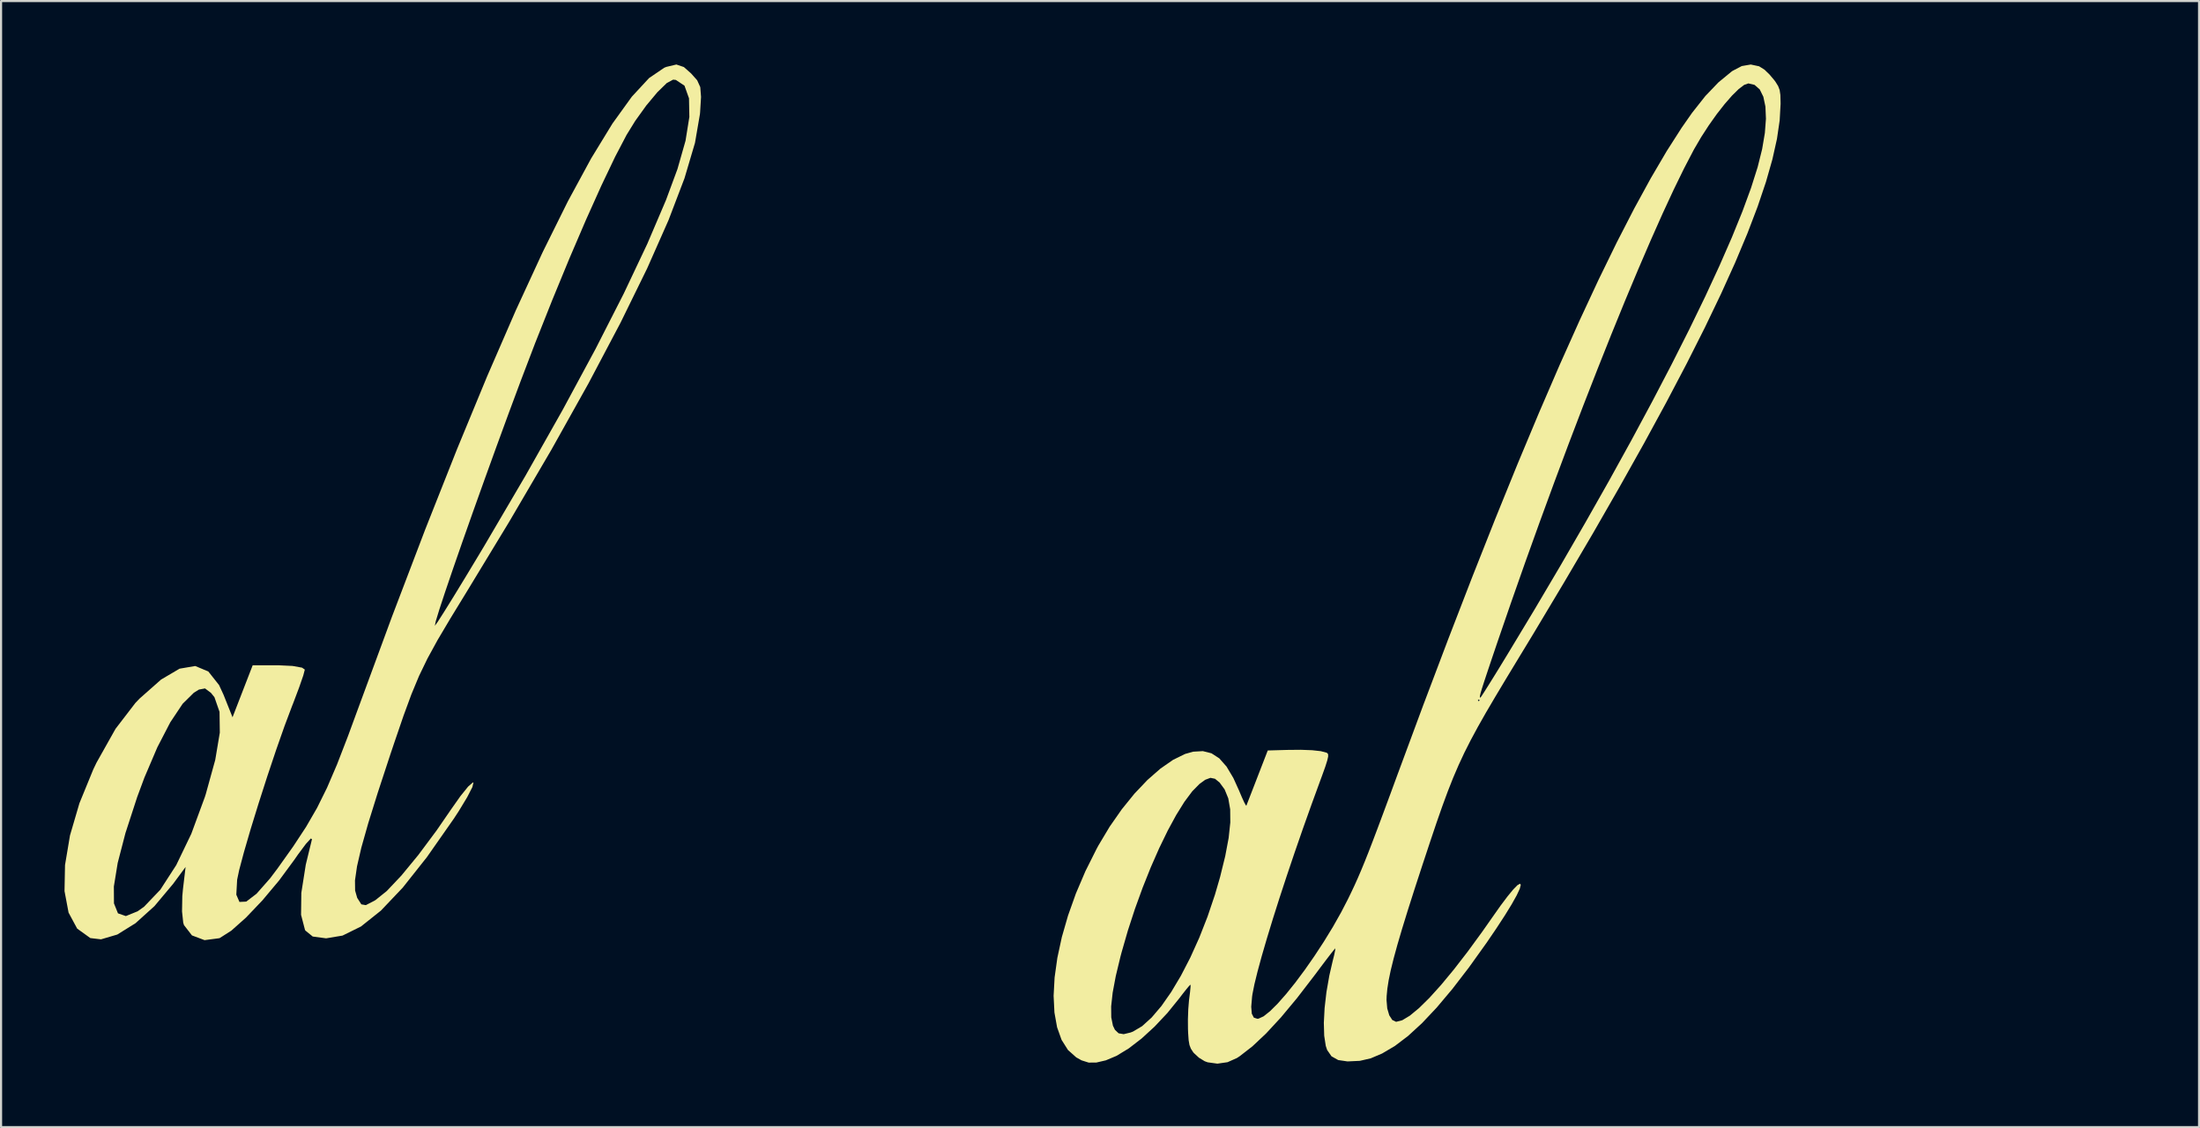
<source format=kicad_pcb>
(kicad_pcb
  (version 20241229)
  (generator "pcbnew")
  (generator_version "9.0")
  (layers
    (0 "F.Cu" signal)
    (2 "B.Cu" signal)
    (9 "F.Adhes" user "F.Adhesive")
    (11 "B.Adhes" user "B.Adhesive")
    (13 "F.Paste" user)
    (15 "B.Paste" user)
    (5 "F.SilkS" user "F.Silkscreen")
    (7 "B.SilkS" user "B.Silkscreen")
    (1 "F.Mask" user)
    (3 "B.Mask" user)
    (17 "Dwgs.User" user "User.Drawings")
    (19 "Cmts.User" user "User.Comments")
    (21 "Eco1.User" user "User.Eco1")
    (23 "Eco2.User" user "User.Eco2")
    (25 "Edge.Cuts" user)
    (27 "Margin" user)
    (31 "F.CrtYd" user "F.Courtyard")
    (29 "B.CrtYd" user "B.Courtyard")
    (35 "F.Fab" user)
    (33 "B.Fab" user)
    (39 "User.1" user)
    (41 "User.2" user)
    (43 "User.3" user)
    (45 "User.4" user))
  (footprint "al (3)"
    (layer "F.Cu")
    (at 14.897 20.699)
    (property "Reference" "al (3)" (at 25.146 -7.62 0) (layer "User.1") (effects (font (size 1.524 1.524) (thickness 0.3))))
    (attr board_only exclude_from_pos_files exclude_from_bom)
    (fp_poly (pts (xy 14.377 -20.58) (xy 14.722 -20.274) (xy 15.007 -19.953) (xy 15.153 -19.629) (xy 15.189 -19.168) (xy 15.145 -18.439) (xy 15.137 -18.354) (xy 14.903 -16.995) (xy 14.407 -15.321) (xy 13.652 -13.341) (xy 12.643 -11.062) (xy 11.382 -8.489) (xy 9.873 -5.631) (xy 8.12 -2.495) (xy 6.125 0.912) (xy 4.12 4.216) (xy 3.339 5.493) (xy 2.732 6.517) (xy 2.255 7.389) (xy 1.86 8.207) (xy 1.5 9.072) (xy 1.128 10.083) (xy 0.698 11.339) (xy 0.508 11.903) (xy -0.086 13.71) (xy -0.541 15.168) (xy -0.867 16.321) (xy -1.072 17.208) (xy -1.168 17.872) (xy -1.162 18.353) (xy -1.065 18.692) (xy -1.052 18.716) (xy -0.867 19.005) (xy -0.656 19.042) (xy -0.266 18.842) (xy -0.198 18.802) (xy 0.334 18.375) (xy 1.024 17.645) (xy 1.825 16.672) (xy 2.687 15.515) (xy 3.37 14.522) (xy 3.815 13.89) (xy 4.179 13.439) (xy 4.401 13.243) (xy 4.432 13.246) (xy 4.38 13.463) (xy 4.136 13.938) (xy 3.743 14.588) (xy 3.498 14.963) (xy 2.23 16.775) (xy 1.089 18.215) (xy 0.057 19.301) (xy -0.884 20.051) (xy -1.755 20.481) (xy -2.532 20.611) (xy -3.165 20.526) (xy -3.512 20.244) (xy -3.532 20.209) (xy -3.717 19.499) (xy -3.704 18.461) (xy -3.494 17.129) (xy -3.201 15.927) (xy -3.252 15.889) (xy -3.487 16.146) (xy -3.86 16.646) (xy -4.026 16.886) (xy -4.756 17.877) (xy -5.544 18.817) (xy -6.321 19.632) (xy -7.014 20.249) (xy -7.556 20.595) (xy -7.586 20.606) (xy -8.278 20.697) (xy -8.874 20.473) (xy -9.25 19.987) (xy -9.286 19.873) (xy -9.343 19.339) (xy -9.33 18.619) (xy -9.299 18.283) (xy -9.175 17.238) (xy -9.767 18.04) (xy -10.645 19.087) (xy -11.541 19.896) (xy -12.402 20.432) (xy -13.172 20.659) (xy -13.677 20.599) (xy -14.3 20.151) (xy -14.706 19.396) (xy -14.897 18.379) (xy -14.893 18.16) (xy -12.565 18.16) (xy -12.56 18.959) (xy -12.371 19.43) (xy -11.998 19.559) (xy -11.442 19.333) (xy -11.137 19.116) (xy -10.37 18.314) (xy -9.616 17.148) (xy -8.904 15.668) (xy -8.263 13.927) (xy -8.22 13.791) (xy -7.773 12.175) (xy -7.557 10.886) (xy -7.57 9.905) (xy -7.811 9.212) (xy -7.974 9.009) (xy -8.256 8.797) (xy -8.543 8.851) (xy -8.784 9) (xy -9.313 9.522) (xy -9.899 10.4) (xy -10.511 11.582) (xy -11.123 13.016) (xy -11.463 13.933) (xy -12.017 15.634) (xy -12.384 17.047) (xy -12.565 18.16) (xy -14.893 18.16) (xy -14.874 17.147) (xy -14.639 15.747) (xy -14.193 14.225) (xy -13.539 12.627) (xy -13.385 12.306) (xy -12.486 10.706) (xy -11.544 9.479) (xy -11.348 9.275) (xy -10.331 8.376) (xy -9.459 7.863) (xy -8.719 7.737) (xy -8.101 7.995) (xy -7.593 8.637) (xy -7.382 9.093) (xy -6.956 10.16) (xy -6.004 7.703) (xy -4.772 7.703) (xy -4.118 7.734) (xy -3.671 7.815) (xy -3.539 7.906) (xy -3.612 8.185) (xy -3.804 8.74) (xy -4.076 9.462) (xy -4.14 9.624) (xy -4.494 10.564) (xy -4.895 11.705) (xy -5.315 12.959) (xy -5.727 14.241) (xy -6.104 15.463) (xy -6.417 16.538) (xy -6.641 17.38) (xy -6.738 17.84) (xy -6.777 18.547) (xy -6.629 18.891) (xy -6.307 18.875) (xy -5.82 18.502) (xy -5.181 17.776) (xy -4.831 17.312) (xy -4.087 16.266) (xy -3.479 15.341) (xy -2.962 14.447) (xy -2.49 13.494) (xy -2.017 12.391) (xy -1.498 11.048) (xy -1.062 9.861) (xy 0.424 5.829) (xy 2.608 5.829) (xy 2.611 5.83) (xy 2.736 5.659) (xy 3.041 5.182) (xy 3.495 4.452) (xy 4.064 3.519) (xy 4.717 2.436) (xy 4.96 2.03) (xy 6.899 -1.274) (xy 8.649 -4.373) (xy 10.198 -7.245) (xy 11.535 -9.868) (xy 12.649 -12.222) (xy 13.53 -14.285) (xy 14.075 -15.758) (xy 14.456 -17.095) (xy 14.637 -18.222) (xy 14.62 -19.102) (xy 14.407 -19.698) (xy 13.999 -19.97) (xy 13.87 -19.984) (xy 13.57 -19.823) (xy 13.125 -19.389) (xy 12.604 -18.765) (xy 12.079 -18.035) (xy 11.671 -17.374) (xy 11.131 -16.343) (xy 10.482 -14.983) (xy 9.751 -13.357) (xy 8.967 -11.53) (xy 8.157 -9.564) (xy 7.347 -7.526) (xy 6.66 -5.725) (xy 6.095 -4.207) (xy 5.521 -2.64) (xy 4.954 -1.073) (xy 4.411 0.445) (xy 3.909 1.867) (xy 3.465 3.144) (xy 3.096 4.227) (xy 2.819 5.067) (xy 2.651 5.618) (xy 2.608 5.829) (xy 0.424 5.829) (xy 0.579 5.408) (xy 2.152 1.281) (xy 3.655 -2.514) (xy 5.083 -5.969) (xy 6.434 -9.077) (xy 7.705 -11.832) (xy 8.892 -14.226) (xy 9.991 -16.253) (xy 11 -17.905) (xy 11.916 -19.176) (xy 12.733 -20.059) (xy 13.451 -20.547) (xy 13.551 -20.587) (xy 14.023 -20.699)) (stroke (width 0) (type solid)) (fill yes) (layer "F.SilkS")))
  (footprint "al (4)"
    (layer "F.Cu")
    (at 66.296 23.497)
    (property "Reference" "al (4)" (at 27.94 -4.572 0) (layer "User.1") (effects (font (size 1.5 1.5) (thickness 0.3))))
    (attr board_only exclude_from_pos_files exclude_from_bom)
    (fp_poly (pts (xy 13.802 -23.413) (xy 14.059 -23.252) (xy 14.296 -23.022) (xy 14.528 -22.746) (xy 14.584 -22.668) (xy 14.703 -22.475) (xy 14.773 -22.29) (xy 14.807 -22.058) (xy 14.816 -21.724) (xy 14.817 -21.636) (xy 14.774 -20.855) (xy 14.646 -19.982) (xy 14.43 -19.014) (xy 14.126 -17.948) (xy 13.733 -16.782) (xy 13.249 -15.513) (xy 12.673 -14.139) (xy 12.003 -12.658) (xy 11.239 -11.065) (xy 10.379 -9.359) (xy 9.422 -7.537) (xy 8.367 -5.597) (xy 7.212 -3.536) (xy 5.957 -1.35) (xy 4.599 0.961) (xy 3.139 3.402) (xy 2.438 4.557) (xy 1.847 5.532) (xy 1.336 6.385) (xy 0.892 7.14) (xy 0.507 7.82) (xy 0.17 8.445) (xy -0.131 9.04) (xy -0.404 9.627) (xy -0.662 10.228) (xy -0.914 10.867) (xy -1.171 11.564) (xy -1.444 12.344) (xy -1.742 13.229) (xy -2.077 14.241) (xy -2.1 14.309) (xy -2.478 15.467) (xy -2.801 16.48) (xy -3.072 17.359) (xy -3.295 18.117) (xy -3.473 18.768) (xy -3.61 19.323) (xy -3.708 19.795) (xy -3.771 20.197) (xy -3.803 20.542) (xy -3.809 20.731) (xy -3.775 21.128) (xy -3.679 21.453) (xy -3.536 21.674) (xy -3.359 21.759) (xy -3.351 21.759) (xy -3.066 21.686) (xy -2.706 21.469) (xy -2.277 21.115) (xy -1.784 20.63) (xy -1.232 20.019) (xy -0.627 19.288) (xy 0.026 18.444) (xy 0.721 17.492) (xy 1.202 16.806) (xy 1.586 16.262) (xy 1.915 15.825) (xy 2.181 15.502) (xy 2.378 15.301) (xy 2.498 15.23) (xy 2.537 15.284) (xy 2.488 15.473) (xy 2.342 15.784) (xy 2.106 16.206) (xy 1.785 16.728) (xy 1.387 17.338) (xy 0.928 18.013) (xy 0.087 19.188) (xy -0.699 20.21) (xy -1.437 21.087) (xy -2.132 21.824) (xy -2.79 22.428) (xy -3.417 22.904) (xy -4.019 23.259) (xy -4.022 23.26) (xy -4.558 23.487) (xy -5.07 23.605) (xy -5.644 23.632) (xy -5.654 23.632) (xy -6.093 23.568) (xy -6.41 23.39) (xy -6.616 23.092) (xy -6.681 22.897) (xy -6.755 22.415) (xy -6.772 21.808) (xy -6.736 21.11) (xy -6.649 20.355) (xy -6.513 19.576) (xy -6.358 18.902) (xy -6.285 18.609) (xy -6.24 18.392) (xy -6.229 18.291) (xy -6.231 18.288) (xy -6.29 18.353) (xy -6.433 18.533) (xy -6.644 18.807) (xy -6.907 19.155) (xy -7.206 19.555) (xy -7.224 19.579) (xy -8.043 20.643) (xy -8.801 21.553) (xy -9.502 22.311) (xy -10.148 22.919) (xy -10.742 23.381) (xy -10.88 23.472) (xy -11.323 23.669) (xy -11.804 23.738) (xy -12.265 23.674) (xy -12.404 23.623) (xy -12.677 23.456) (xy -12.919 23.232) (xy -12.954 23.188) (xy -13.057 23.029) (xy -13.123 22.857) (xy -13.163 22.627) (xy -13.186 22.293) (xy -13.194 22.098) (xy -13.197 21.647) (xy -13.18 21.169) (xy -13.146 20.749) (xy -13.135 20.661) (xy -13.096 20.355) (xy -13.074 20.123) (xy -13.071 20.008) (xy -13.073 20.003) (xy -13.132 20.055) (xy -13.267 20.215) (xy -13.457 20.456) (xy -13.593 20.635) (xy -14.164 21.34) (xy -14.769 21.984) (xy -15.385 22.549) (xy -15.993 23.017) (xy -16.569 23.368) (xy -17.075 23.581) (xy -17.522 23.685) (xy -17.887 23.688) (xy -18.224 23.582) (xy -18.476 23.441) (xy -18.867 23.091) (xy -19.169 22.612) (xy -19.381 22.017) (xy -19.506 21.319) (xy -19.52 21.032) (xy -16.825 21.032) (xy -16.82 21.549) (xy -16.741 21.942) (xy -16.646 22.139) (xy -16.472 22.303) (xy -16.233 22.344) (xy -15.903 22.264) (xy -15.789 22.219) (xy -15.361 21.965) (xy -14.912 21.558) (xy -14.451 21.016) (xy -13.987 20.352) (xy -13.528 19.582) (xy -13.083 18.721) (xy -12.66 17.784) (xy -12.269 16.787) (xy -11.917 15.744) (xy -11.678 14.921) (xy -11.433 13.926) (xy -11.271 13.066) (xy -11.193 12.333) (xy -11.199 11.713) (xy -11.289 11.196) (xy -11.462 10.772) (xy -11.699 10.448) (xy -11.917 10.27) (xy -12.132 10.226) (xy -12.379 10.318) (xy -12.65 10.515) (xy -12.991 10.862) (xy -13.36 11.356) (xy -13.749 11.981) (xy -14.149 12.717) (xy -14.552 13.547) (xy -14.951 14.453) (xy -15.336 15.417) (xy -15.701 16.422) (xy -16.036 17.449) (xy -16.333 18.481) (xy -16.383 18.669) (xy -16.607 19.599) (xy -16.754 20.384) (xy -16.825 21.032) (xy -19.52 21.032) (xy -19.545 20.53) (xy -19.498 19.664) (xy -19.368 18.735) (xy -19.156 17.754) (xy -18.863 16.736) (xy -18.491 15.692) (xy -18.041 14.637) (xy -17.513 13.583) (xy -17.425 13.42) (xy -16.895 12.534) (xy -16.323 11.714) (xy -15.724 10.974) (xy -15.111 10.328) (xy -14.498 9.791) (xy -13.9 9.376) (xy -13.332 9.097) (xy -12.947 8.989) (xy -12.49 8.963) (xy -12.082 9.066) (xy -11.712 9.306) (xy -11.371 9.693) (xy -11.049 10.233) (xy -10.782 10.822) (xy -10.646 11.144) (xy -10.533 11.389) (xy -10.457 11.526) (xy -10.434 11.542) (xy -10.396 11.443) (xy -10.307 11.214) (xy -10.179 10.884) (xy -10.023 10.482) (xy -9.915 10.202) (xy -9.423 8.932) (xy -8.5 8.906) (xy -7.858 8.9) (xy -7.324 8.92) (xy -6.916 8.965) (xy -6.653 9.034) (xy -6.608 9.057) (xy -6.57 9.11) (xy -6.568 9.218) (xy -6.61 9.404) (xy -6.7 9.689) (xy -6.846 10.097) (xy -6.937 10.344) (xy -7.353 11.483) (xy -7.76 12.625) (xy -8.151 13.753) (xy -8.522 14.853) (xy -8.869 15.909) (xy -9.185 16.905) (xy -9.466 17.826) (xy -9.708 18.656) (xy -9.905 19.381) (xy -10.053 19.983) (xy -10.146 20.449) (xy -10.164 20.574) (xy -10.204 21.049) (xy -10.177 21.376) (xy -10.081 21.562) (xy -9.914 21.616) (xy -9.856 21.609) (xy -9.619 21.5) (xy -9.315 21.258) (xy -8.955 20.9) (xy -8.553 20.444) (xy -8.121 19.907) (xy -7.672 19.304) (xy -7.218 18.653) (xy -6.772 17.972) (xy -6.346 17.276) (xy -5.954 16.582) (xy -5.632 15.96) (xy -5.468 15.621) (xy -5.314 15.293) (xy -5.163 14.957) (xy -5.009 14.598) (xy -4.844 14.198) (xy -4.662 13.741) (xy -4.457 13.209) (xy -4.221 12.586) (xy -3.948 11.854) (xy -3.63 10.997) (xy -3.263 9.998) (xy -3.26 9.991) (xy -2.056 6.742) (xy -1.987 6.562) (xy 0.508 6.562) (xy 0.55 6.604) (xy 0.593 6.562) (xy 0.55 6.519) (xy 0.508 6.562) (xy -1.987 6.562) (xy -1.931 6.413) (xy 0.603 6.413) (xy 0.621 6.434) (xy 0.628 6.435) (xy 0.68 6.365) (xy 0.807 6.169) (xy 0.999 5.865) (xy 1.244 5.472) (xy 1.531 5.007) (xy 1.847 4.489) (xy 1.887 4.424) (xy 3.181 2.278) (xy 4.419 0.182) (xy 5.598 -1.857) (xy 6.716 -3.832) (xy 7.768 -5.738) (xy 8.751 -7.567) (xy 9.662 -9.312) (xy 10.497 -10.967) (xy 11.254 -12.526) (xy 11.927 -13.981) (xy 12.515 -15.326) (xy 13.014 -16.554) (xy 13.42 -17.66) (xy 13.729 -18.635) (xy 13.739 -18.671) (xy 13.946 -19.502) (xy 14.074 -20.26) (xy 14.125 -20.932) (xy 14.101 -21.507) (xy 14.002 -21.974) (xy 13.831 -22.32) (xy 13.588 -22.534) (xy 13.294 -22.604) (xy 13.098 -22.535) (xy 12.836 -22.336) (xy 12.522 -22.027) (xy 12.173 -21.627) (xy 11.803 -21.155) (xy 11.429 -20.629) (xy 11.066 -20.069) (xy 10.729 -19.493) (xy 10.692 -19.424) (xy 10.25 -18.576) (xy 9.763 -17.578) (xy 9.236 -16.441) (xy 8.674 -15.177) (xy 8.08 -13.797) (xy 7.459 -12.313) (xy 6.816 -10.736) (xy 6.156 -9.078) (xy 5.482 -7.35) (xy 4.8 -5.564) (xy 4.115 -3.732) (xy 3.43 -1.864) (xy 2.75 0.027) (xy 2.081 1.93) (xy 1.425 3.834) (xy 1.133 4.697) (xy 0.941 5.27) (xy 0.798 5.702) (xy 0.698 6.013) (xy 0.636 6.222) (xy 0.607 6.349) (xy 0.603 6.413) (xy -1.931 6.413) (xy -0.889 3.659) (xy 0.239 0.741) (xy 1.329 -2.013) (xy 2.381 -4.603) (xy 3.395 -7.027) (xy 4.371 -9.287) (xy 5.31 -11.383) (xy 6.21 -13.315) (xy 7.072 -15.082) (xy 7.897 -16.686) (xy 8.684 -18.125) (xy 9.433 -19.401) (xy 10.144 -20.512) (xy 10.631 -21.209) (xy 11.261 -22.007) (xy 11.879 -22.653) (xy 12.498 -23.162) (xy 12.543 -23.194) (xy 12.982 -23.424) (xy 13.407 -23.497)) (stroke (width 0) (type solid)) (fill yes) (layer "F.SilkS")))
  (gr_rect
    (start -3 -3)
    (end 100.893 50.235)
    (stroke (width 0.1) (type default))
    (fill no)
    (layer "Edge.Cuts")))
</source>
